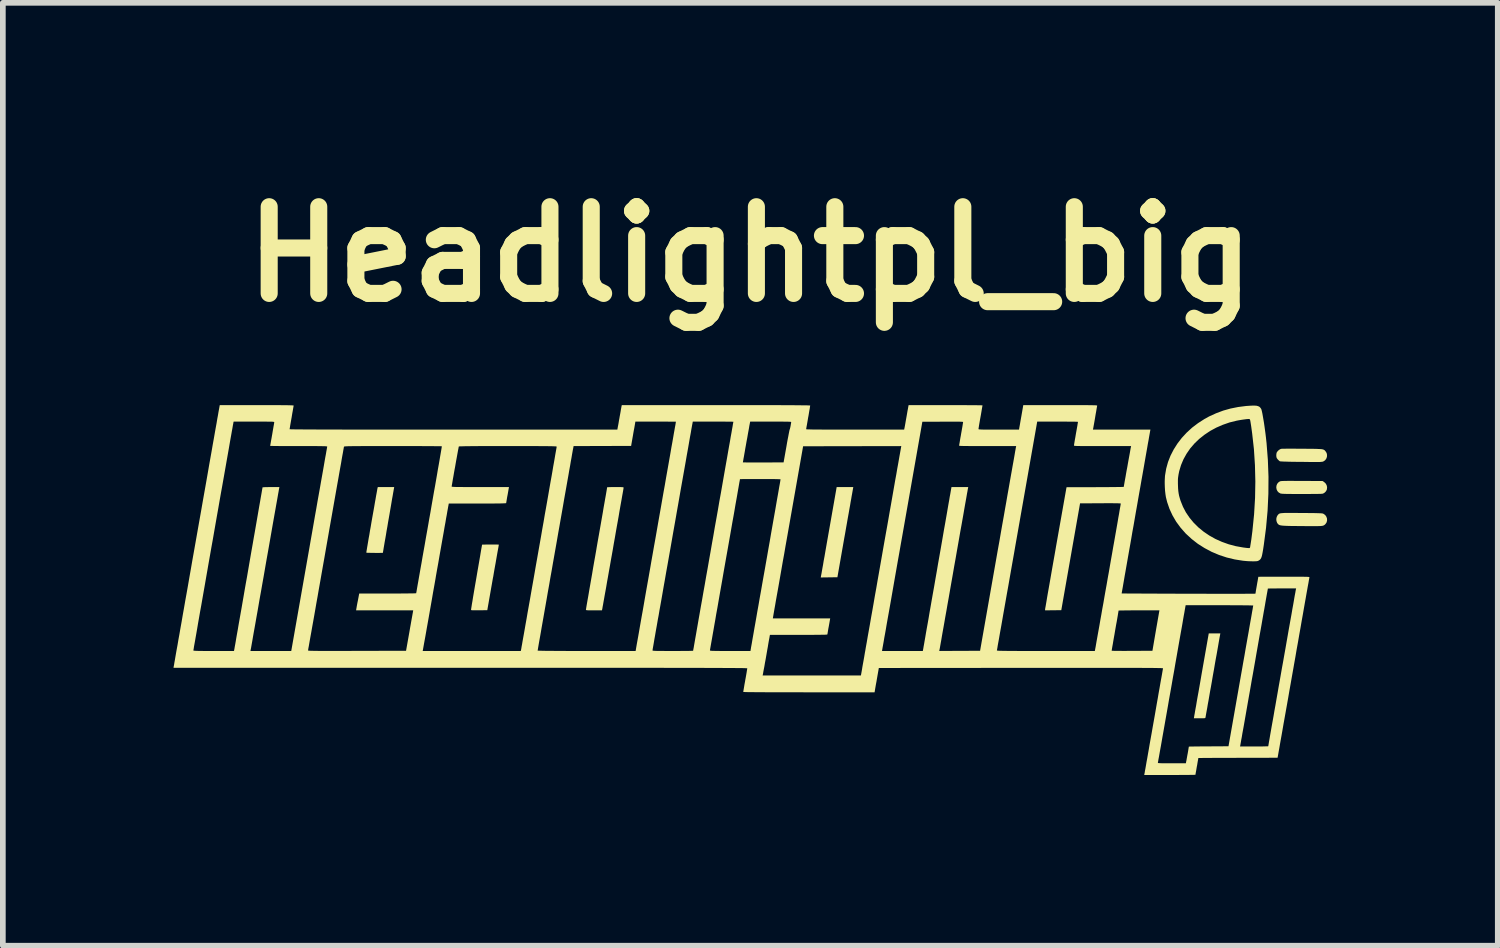
<source format=kicad_pcb>
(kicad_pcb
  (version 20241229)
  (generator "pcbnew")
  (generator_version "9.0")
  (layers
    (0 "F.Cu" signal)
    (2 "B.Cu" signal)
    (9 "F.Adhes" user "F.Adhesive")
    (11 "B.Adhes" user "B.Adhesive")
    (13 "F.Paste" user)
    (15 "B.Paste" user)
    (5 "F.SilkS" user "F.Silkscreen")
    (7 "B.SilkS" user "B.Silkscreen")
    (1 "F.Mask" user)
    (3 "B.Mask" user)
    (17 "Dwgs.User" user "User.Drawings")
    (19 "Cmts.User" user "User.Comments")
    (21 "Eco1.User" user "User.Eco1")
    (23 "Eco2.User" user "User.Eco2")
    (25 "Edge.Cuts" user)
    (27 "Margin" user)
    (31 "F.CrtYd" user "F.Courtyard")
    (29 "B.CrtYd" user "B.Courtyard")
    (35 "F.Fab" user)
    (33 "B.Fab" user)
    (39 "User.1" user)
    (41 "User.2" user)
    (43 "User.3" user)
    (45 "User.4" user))
  (footprint "Headlightpl_big"
    (layer "F.Cu")
    (at 10.136 7.318)
    (property "Reference" "Headlightpl_big" (at 0 -5.9 0) (layer "F.SilkS") (effects (font (size 1.524 1.524) (thickness 0.3))))
    (attr board_only exclude_from_pos_files exclude_from_bom)
    (fp_poly (pts (xy 1.793 -1.699) (xy 1.789 -1.678) (xy 1.783 -1.645) (xy 1.776 -1.602) (xy 1.766 -1.549) (xy 1.756 -1.487) (xy 1.743 -1.417) (xy 1.73 -1.341) (xy 1.715 -1.259) (xy 1.7 -1.172) (xy 1.684 -1.082) (xy 1.668 -0.989) (xy 1.653 -0.907) (xy 1.533 -0.222) (xy 1.386 -0.22) (xy 1.24 -0.218) (xy 1.243 -0.233) (xy 1.244 -0.241) (xy 1.248 -0.261) (xy 1.254 -0.292) (xy 1.261 -0.333) (xy 1.27 -0.384) (xy 1.281 -0.444) (xy 1.292 -0.512) (xy 1.306 -0.586) (xy 1.32 -0.668) (xy 1.335 -0.754) (xy 1.351 -0.846) (xy 1.368 -0.942) (xy 1.383 -1.027) (xy 1.52 -1.807) (xy 1.812 -1.807)) (stroke (width 0) (type solid)) (fill yes) (layer "F.SilkS"))
    (fp_poly (pts (xy 9.514 -1.916) (xy 9.573 -1.915) (xy 9.643 -1.915) (xy 9.696 -1.915) (xy 10.061 -1.913) (xy 10.087 -1.896) (xy 10.114 -1.871) (xy 10.132 -1.84) (xy 10.14 -1.805) (xy 10.137 -1.77) (xy 10.132 -1.754) (xy 10.116 -1.728) (xy 10.093 -1.706) (xy 10.068 -1.692) (xy 10.057 -1.69) (xy 10.032 -1.688) (xy 9.995 -1.687) (xy 9.946 -1.686) (xy 9.883 -1.686) (xy 9.808 -1.685) (xy 9.721 -1.685) (xy 9.698 -1.685) (xy 9.619 -1.685) (xy 9.551 -1.685) (xy 9.495 -1.686) (xy 9.448 -1.686) (xy 9.41 -1.687) (xy 9.38 -1.688) (xy 9.357 -1.689) (xy 9.34 -1.691) (xy 9.329 -1.692) (xy 9.321 -1.694) (xy 9.29 -1.711) (xy 9.267 -1.736) (xy 9.253 -1.765) (xy 9.247 -1.798) (xy 9.25 -1.83) (xy 9.261 -1.861) (xy 9.282 -1.887) (xy 9.305 -1.904) (xy 9.311 -1.906) (xy 9.317 -1.909) (xy 9.325 -1.911) (xy 9.336 -1.912) (xy 9.35 -1.914) (xy 9.369 -1.914) (xy 9.394 -1.915) (xy 9.426 -1.915) (xy 9.465 -1.916)) (stroke (width 0) (type solid)) (fill yes) (layer "F.SilkS"))
    (fp_poly (pts (xy 8.26 0.783) (xy 8.259 0.791) (xy 8.255 0.812) (xy 8.249 0.843) (xy 8.242 0.885) (xy 8.233 0.936) (xy 8.223 0.995) (xy 8.211 1.063) (xy 8.198 1.137) (xy 8.183 1.217) (xy 8.168 1.302) (xy 8.153 1.392) (xy 8.136 1.486) (xy 8.131 1.514) (xy 8.115 1.609) (xy 8.099 1.7) (xy 8.083 1.786) (xy 8.069 1.868) (xy 8.056 1.944) (xy 8.043 2.013) (xy 8.033 2.074) (xy 8.023 2.128) (xy 8.015 2.172) (xy 8.009 2.206) (xy 8.005 2.23) (xy 8.003 2.241) (xy 8.003 2.243) (xy 8.001 2.248) (xy 7.997 2.252) (xy 7.99 2.255) (xy 7.978 2.256) (xy 7.957 2.257) (xy 7.928 2.257) (xy 7.899 2.257) (xy 7.799 2.257) (xy 7.801 2.239) (xy 7.803 2.231) (xy 7.806 2.21) (xy 7.812 2.179) (xy 7.819 2.137) (xy 7.828 2.086) (xy 7.839 2.027) (xy 7.85 1.959) (xy 7.863 1.885) (xy 7.878 1.804) (xy 7.893 1.719) (xy 7.909 1.628) (xy 7.925 1.534) (xy 7.932 1.493) (xy 8.06 0.765) (xy 8.162 0.765) (xy 8.264 0.765)) (stroke (width 0) (type solid)) (fill yes) (layer "F.SilkS"))
    (fp_poly (pts (xy -4.524 -0.797) (xy -4.486 -0.797) (xy -4.455 -0.797) (xy -4.433 -0.796) (xy -4.42 -0.796) (xy -4.418 -0.796) (xy -4.419 -0.789) (xy -4.422 -0.771) (xy -4.427 -0.742) (xy -4.434 -0.703) (xy -4.443 -0.655) (xy -4.453 -0.598) (xy -4.464 -0.535) (xy -4.476 -0.465) (xy -4.49 -0.389) (xy -4.504 -0.309) (xy -4.518 -0.225) (xy -4.52 -0.219) (xy -4.621 0.357) (xy -4.764 0.359) (xy -4.81 0.359) (xy -4.845 0.359) (xy -4.87 0.359) (xy -4.887 0.358) (xy -4.898 0.357) (xy -4.904 0.355) (xy -4.906 0.352) (xy -4.906 0.347) (xy -4.906 0.346) (xy -4.905 0.338) (xy -4.902 0.318) (xy -4.897 0.287) (xy -4.891 0.247) (xy -4.882 0.197) (xy -4.873 0.139) (xy -4.862 0.074) (xy -4.85 0.003) (xy -4.837 -0.073) (xy -4.823 -0.153) (xy -4.81 -0.229) (xy -4.796 -0.312) (xy -4.782 -0.392) (xy -4.769 -0.467) (xy -4.757 -0.536) (xy -4.746 -0.6) (xy -4.737 -0.655) (xy -4.729 -0.703) (xy -4.722 -0.742) (xy -4.717 -0.77) (xy -4.714 -0.788) (xy -4.713 -0.794) (xy -4.707 -0.795) (xy -4.69 -0.796) (xy -4.664 -0.796) (xy -4.63 -0.797) (xy -4.59 -0.797) (xy -4.566 -0.797)) (stroke (width 0) (type solid)) (fill yes) (layer "F.SilkS"))
    (fp_poly (pts (xy -6.26 -1.792) (xy -6.261 -1.785) (xy -6.265 -1.765) (xy -6.27 -1.735) (xy -6.277 -1.696) (xy -6.285 -1.649) (xy -6.295 -1.595) (xy -6.305 -1.534) (xy -6.316 -1.469) (xy -6.328 -1.4) (xy -6.34 -1.329) (xy -6.353 -1.255) (xy -6.366 -1.182) (xy -6.378 -1.108) (xy -6.391 -1.037) (xy -6.402 -0.968) (xy -6.413 -0.904) (xy -6.424 -0.844) (xy -6.433 -0.79) (xy -6.441 -0.744) (xy -6.447 -0.706) (xy -6.452 -0.677) (xy -6.455 -0.659) (xy -6.456 -0.652) (xy -6.462 -0.651) (xy -6.479 -0.65) (xy -6.504 -0.65) (xy -6.535 -0.649) (xy -6.571 -0.649) (xy -6.608 -0.65) (xy -6.645 -0.65) (xy -6.679 -0.651) (xy -6.709 -0.651) (xy -6.731 -0.652) (xy -6.745 -0.654) (xy -6.747 -0.654) (xy -6.747 -0.661) (xy -6.744 -0.679) (xy -6.739 -0.708) (xy -6.733 -0.746) (xy -6.725 -0.792) (xy -6.716 -0.846) (xy -6.706 -0.906) (xy -6.694 -0.97) (xy -6.683 -1.039) (xy -6.67 -1.11) (xy -6.658 -1.183) (xy -6.645 -1.257) (xy -6.632 -1.33) (xy -6.619 -1.402) (xy -6.607 -1.471) (xy -6.596 -1.536) (xy -6.585 -1.596) (xy -6.576 -1.65) (xy -6.567 -1.697) (xy -6.56 -1.736) (xy -6.555 -1.766) (xy -6.551 -1.786) (xy -6.549 -1.792) (xy -6.546 -1.807) (xy -6.257 -1.807)) (stroke (width 0) (type solid)) (fill yes) (layer "F.SilkS"))
    (fp_poly (pts (xy 9.535 -1.352) (xy 9.602 -1.352) (xy 9.68 -1.351) (xy 9.691 -1.351) (xy 9.769 -1.351) (xy 9.835 -1.35) (xy 9.89 -1.35) (xy 9.936 -1.349) (xy 9.973 -1.348) (xy 10.003 -1.347) (xy 10.026 -1.346) (xy 10.043 -1.345) (xy 10.056 -1.343) (xy 10.065 -1.342) (xy 10.072 -1.339) (xy 10.076 -1.337) (xy 10.106 -1.316) (xy 10.126 -1.288) (xy 10.138 -1.256) (xy 10.14 -1.222) (xy 10.132 -1.188) (xy 10.113 -1.159) (xy 10.104 -1.15) (xy 10.095 -1.142) (xy 10.086 -1.136) (xy 10.076 -1.131) (xy 10.063 -1.127) (xy 10.045 -1.124) (xy 10.022 -1.122) (xy 9.993 -1.121) (xy 9.956 -1.12) (xy 9.909 -1.12) (xy 9.852 -1.12) (xy 9.795 -1.12) (xy 9.734 -1.121) (xy 9.672 -1.121) (xy 9.611 -1.122) (xy 9.554 -1.123) (xy 9.504 -1.123) (xy 9.461 -1.124) (xy 9.433 -1.125) (xy 9.386 -1.127) (xy 9.349 -1.13) (xy 9.322 -1.134) (xy 9.301 -1.14) (xy 9.286 -1.149) (xy 9.274 -1.161) (xy 9.263 -1.177) (xy 9.261 -1.18) (xy 9.25 -1.211) (xy 9.247 -1.246) (xy 9.254 -1.28) (xy 9.268 -1.308) (xy 9.275 -1.317) (xy 9.282 -1.325) (xy 9.289 -1.332) (xy 9.297 -1.338) (xy 9.307 -1.342) (xy 9.321 -1.346) (xy 9.34 -1.348) (xy 9.363 -1.35) (xy 9.394 -1.352) (xy 9.432 -1.352) (xy 9.478 -1.352)) (stroke (width 0) (type solid)) (fill yes) (layer "F.SilkS"))
    (fp_poly (pts (xy 9.548 -2.482) (xy 9.609 -2.481) (xy 9.674 -2.481) (xy 9.706 -2.481) (xy 9.785 -2.48) (xy 9.851 -2.479) (xy 9.906 -2.479) (xy 9.952 -2.478) (xy 9.99 -2.476) (xy 10.02 -2.475) (xy 10.043 -2.473) (xy 10.061 -2.47) (xy 10.075 -2.466) (xy 10.085 -2.461) (xy 10.094 -2.456) (xy 10.101 -2.449) (xy 10.108 -2.441) (xy 10.114 -2.434) (xy 10.132 -2.405) (xy 10.139 -2.372) (xy 10.137 -2.337) (xy 10.125 -2.305) (xy 10.105 -2.278) (xy 10.079 -2.26) (xy 10.072 -2.257) (xy 10.065 -2.254) (xy 10.057 -2.252) (xy 10.046 -2.251) (xy 10.031 -2.249) (xy 10.013 -2.248) (xy 9.989 -2.248) (xy 9.958 -2.247) (xy 9.92 -2.247) (xy 9.874 -2.247) (xy 9.819 -2.248) (xy 9.753 -2.249) (xy 9.676 -2.25) (xy 9.626 -2.25) (xy 9.547 -2.251) (xy 9.479 -2.252) (xy 9.424 -2.254) (xy 9.38 -2.255) (xy 9.346 -2.257) (xy 9.324 -2.258) (xy 9.311 -2.26) (xy 9.308 -2.261) (xy 9.291 -2.275) (xy 9.272 -2.294) (xy 9.257 -2.314) (xy 9.254 -2.319) (xy 9.249 -2.339) (xy 9.247 -2.364) (xy 9.249 -2.391) (xy 9.254 -2.413) (xy 9.256 -2.417) (xy 9.273 -2.44) (xy 9.296 -2.461) (xy 9.321 -2.475) (xy 9.335 -2.48) (xy 9.346 -2.48) (xy 9.368 -2.481) (xy 9.401 -2.481) (xy 9.442 -2.482) (xy 9.492 -2.482)) (stroke (width 0) (type solid)) (fill yes) (layer "F.SilkS"))
    (fp_poly (pts (xy -2.323 -1.807) (xy -2.287 -1.807) (xy -2.261 -1.806) (xy -2.243 -1.805) (xy -2.233 -1.803) (xy -2.227 -1.801) (xy -2.225 -1.798) (xy -2.225 -1.796) (xy -2.226 -1.789) (xy -2.229 -1.77) (xy -2.234 -1.74) (xy -2.241 -1.7) (xy -2.25 -1.651) (xy -2.26 -1.592) (xy -2.272 -1.526) (xy -2.285 -1.453) (xy -2.299 -1.373) (xy -2.313 -1.288) (xy -2.329 -1.198) (xy -2.346 -1.105) (xy -2.363 -1.008) (xy -2.38 -0.909) (xy -2.398 -0.809) (xy -2.415 -0.708) (xy -2.433 -0.607) (xy -2.451 -0.507) (xy -2.468 -0.409) (xy -2.485 -0.314) (xy -2.501 -0.222) (xy -2.517 -0.134) (xy -2.531 -0.05) (xy -2.545 0.027) (xy -2.558 0.098) (xy -2.569 0.161) (xy -2.579 0.216) (xy -2.587 0.263) (xy -2.594 0.299) (xy -2.598 0.325) (xy -2.601 0.34) (xy -2.602 0.342) (xy -2.605 0.36) (xy -2.746 0.36) (xy -2.792 0.36) (xy -2.827 0.36) (xy -2.852 0.359) (xy -2.869 0.358) (xy -2.88 0.356) (xy -2.885 0.354) (xy -2.887 0.351) (xy -2.887 0.349) (xy -2.886 0.341) (xy -2.883 0.322) (xy -2.878 0.291) (xy -2.871 0.25) (xy -2.862 0.198) (xy -2.851 0.137) (xy -2.839 0.068) (xy -2.826 -0.01) (xy -2.811 -0.095) (xy -2.795 -0.187) (xy -2.778 -0.284) (xy -2.761 -0.387) (xy -2.742 -0.495) (xy -2.722 -0.607) (xy -2.702 -0.722) (xy -2.701 -0.73) (xy -2.681 -0.846) (xy -2.661 -0.958) (xy -2.642 -1.066) (xy -2.624 -1.169) (xy -2.607 -1.266) (xy -2.591 -1.358) (xy -2.577 -1.443) (xy -2.563 -1.521) (xy -2.551 -1.59) (xy -2.54 -1.651) (xy -2.531 -1.703) (xy -2.524 -1.744) (xy -2.519 -1.775) (xy -2.516 -1.795) (xy -2.514 -1.803) (xy -2.514 -1.803) (xy -2.508 -1.804) (xy -2.491 -1.805) (xy -2.465 -1.806) (xy -2.431 -1.807) (xy -2.391 -1.807) (xy -2.37 -1.807)) (stroke (width 0) (type solid)) (fill yes) (layer "F.SilkS"))
    (fp_poly (pts (xy 8.897 -3.237) (xy 8.928 -3.229) (xy 8.952 -3.217) (xy 8.97 -3.198) (xy 8.983 -3.178) (xy 8.988 -3.162) (xy 8.995 -3.134) (xy 9.003 -3.097) (xy 9.011 -3.051) (xy 9.02 -2.999) (xy 9.03 -2.94) (xy 9.039 -2.878) (xy 9.048 -2.813) (xy 9.057 -2.746) (xy 9.065 -2.68) (xy 9.072 -2.615) (xy 9.076 -2.579) (xy 9.099 -2.284) (xy 9.11 -1.987) (xy 9.108 -1.689) (xy 9.094 -1.39) (xy 9.067 -1.091) (xy 9.028 -0.793) (xy 9.015 -0.707) (xy 9.006 -0.656) (xy 8.998 -0.615) (xy 8.99 -0.584) (xy 8.981 -0.56) (xy 8.971 -0.543) (xy 8.959 -0.53) (xy 8.945 -0.519) (xy 8.942 -0.518) (xy 8.93 -0.511) (xy 8.919 -0.507) (xy 8.906 -0.504) (xy 8.887 -0.503) (xy 8.862 -0.502) (xy 8.826 -0.502) (xy 8.825 -0.502) (xy 8.784 -0.503) (xy 8.738 -0.505) (xy 8.695 -0.509) (xy 8.662 -0.512) (xy 8.517 -0.535) (xy 8.376 -0.569) (xy 8.24 -0.614) (xy 8.11 -0.669) (xy 7.986 -0.735) (xy 7.869 -0.809) (xy 7.761 -0.893) (xy 7.661 -0.985) (xy 7.652 -0.994) (xy 7.564 -1.094) (xy 7.487 -1.199) (xy 7.423 -1.309) (xy 7.37 -1.423) (xy 7.329 -1.542) (xy 7.307 -1.63) (xy 7.299 -1.681) (xy 7.292 -1.741) (xy 7.288 -1.806) (xy 7.286 -1.872) (xy 7.286 -1.906) (xy 7.518 -1.906) (xy 7.518 -1.866) (xy 7.519 -1.839) (xy 7.521 -1.783) (xy 7.525 -1.736) (xy 7.531 -1.694) (xy 7.539 -1.653) (xy 7.551 -1.61) (xy 7.565 -1.565) (xy 7.607 -1.46) (xy 7.659 -1.361) (xy 7.723 -1.267) (xy 7.796 -1.179) (xy 7.879 -1.097) (xy 7.971 -1.022) (xy 8.07 -0.955) (xy 8.177 -0.895) (xy 8.291 -0.844) (xy 8.411 -0.801) (xy 8.536 -0.768) (xy 8.665 -0.745) (xy 8.726 -0.737) (xy 8.753 -0.735) (xy 8.77 -0.734) (xy 8.779 -0.736) (xy 8.784 -0.742) (xy 8.787 -0.75) (xy 8.787 -0.751) (xy 8.79 -0.771) (xy 8.795 -0.802) (xy 8.801 -0.84) (xy 8.808 -0.884) (xy 8.814 -0.931) (xy 8.82 -0.979) (xy 8.826 -1.024) (xy 8.828 -1.042) (xy 8.857 -1.33) (xy 8.874 -1.618) (xy 8.879 -1.905) (xy 8.872 -2.19) (xy 8.854 -2.472) (xy 8.823 -2.75) (xy 8.806 -2.874) (xy 8.799 -2.918) (xy 8.794 -2.95) (xy 8.79 -2.973) (xy 8.786 -2.988) (xy 8.782 -2.997) (xy 8.776 -3.002) (xy 8.769 -3.003) (xy 8.76 -3.003) (xy 8.756 -3.003) (xy 8.734 -3.002) (xy 8.702 -2.998) (xy 8.664 -2.993) (xy 8.624 -2.987) (xy 8.584 -2.98) (xy 8.552 -2.974) (xy 8.426 -2.943) (xy 8.306 -2.901) (xy 8.191 -2.851) (xy 8.084 -2.793) (xy 7.984 -2.726) (xy 7.892 -2.653) (xy 7.808 -2.572) (xy 7.734 -2.486) (xy 7.67 -2.393) (xy 7.616 -2.296) (xy 7.573 -2.194) (xy 7.541 -2.088) (xy 7.529 -2.029) (xy 7.524 -1.996) (xy 7.52 -1.968) (xy 7.518 -1.938) (xy 7.518 -1.906) (xy 7.286 -1.906) (xy 7.287 -1.936) (xy 7.29 -1.994) (xy 7.292 -2.013) (xy 7.312 -2.131) (xy 7.344 -2.247) (xy 7.388 -2.359) (xy 7.444 -2.468) (xy 7.51 -2.572) (xy 7.586 -2.671) (xy 7.672 -2.764) (xy 7.767 -2.851) (xy 7.871 -2.93) (xy 7.983 -3.002) (xy 8.066 -3.048) (xy 8.189 -3.104) (xy 8.314 -3.151) (xy 8.442 -3.187) (xy 8.576 -3.214) (xy 8.717 -3.232) (xy 8.806 -3.238) (xy 8.857 -3.239)) (stroke (width 0) (type solid)) (fill yes) (layer "F.SilkS"))
    (fp_poly (pts (xy -8.559 -3.247) (xy -8.456 -3.247) (xy -8.366 -3.247) (xy -8.287 -3.247) (xy -8.219 -3.246) (xy -8.162 -3.246) (xy -8.116 -3.245) (xy -8.079 -3.244) (xy -8.053 -3.243) (xy -8.035 -3.242) (xy -8.026 -3.241) (xy -8.025 -3.24) (xy -8.026 -3.232) (xy -8.029 -3.213) (xy -8.034 -3.185) (xy -8.04 -3.149) (xy -8.048 -3.106) (xy -8.056 -3.058) (xy -8.06 -3.032) (xy -8.069 -2.983) (xy -8.077 -2.937) (xy -8.084 -2.897) (xy -8.089 -2.865) (xy -8.093 -2.84) (xy -8.096 -2.826) (xy -8.096 -2.824) (xy -8.093 -2.823) (xy -8.082 -2.823) (xy -8.065 -2.822) (xy -8.041 -2.822) (xy -8.009 -2.821) (xy -7.97 -2.821) (xy -7.922 -2.82) (xy -7.867 -2.82) (xy -7.802 -2.819) (xy -7.729 -2.819) (xy -7.647 -2.819) (xy -7.556 -2.818) (xy -7.456 -2.818) (xy -7.345 -2.818) (xy -7.225 -2.818) (xy -7.095 -2.817) (xy -6.954 -2.817) (xy -6.802 -2.817) (xy -6.64 -2.817) (xy -6.466 -2.817) (xy -6.281 -2.817) (xy -6.084 -2.817) (xy -5.876 -2.817) (xy -5.655 -2.817) (xy -5.421 -2.817) (xy -5.216 -2.817) (xy -2.335 -2.817) (xy -2.332 -2.834) (xy -2.33 -2.845) (xy -2.326 -2.867) (xy -2.32 -2.897) (xy -2.313 -2.935) (xy -2.306 -2.979) (xy -2.297 -3.026) (xy -2.296 -3.035) (xy -2.287 -3.083) (xy -2.279 -3.127) (xy -2.273 -3.165) (xy -2.267 -3.197) (xy -2.263 -3.22) (xy -2.26 -3.232) (xy -2.26 -3.233) (xy -2.257 -3.247) (xy -0.601 -3.247) (xy -0.423 -3.247) (xy -0.258 -3.247) (xy -0.105 -3.247) (xy 0.036 -3.247) (xy 0.167 -3.247) (xy 0.286 -3.247) (xy 0.395 -3.247) (xy 0.494 -3.247) (xy 0.583 -3.246) (xy 0.664 -3.246) (xy 0.735 -3.246) (xy 0.798 -3.245) (xy 0.853 -3.245) (xy 0.9 -3.244) (xy 0.94 -3.244) (xy 0.974 -3.243) (xy 1.001 -3.243) (xy 1.022 -3.242) (xy 1.037 -3.241) (xy 1.048 -3.241) (xy 1.053 -3.24) (xy 1.055 -3.239) (xy 1.053 -3.231) (xy 1.05 -3.212) (xy 1.046 -3.183) (xy 1.039 -3.147) (xy 1.032 -3.104) (xy 1.024 -3.056) (xy 1.019 -3.032) (xy 1.011 -2.983) (xy 1.003 -2.937) (xy 0.996 -2.897) (xy 0.99 -2.865) (xy 0.986 -2.841) (xy 0.984 -2.827) (xy 0.984 -2.825) (xy 0.986 -2.823) (xy 0.994 -2.822) (xy 1.006 -2.821) (xy 1.025 -2.82) (xy 1.051 -2.82) (xy 1.084 -2.819) (xy 1.124 -2.818) (xy 1.173 -2.818) (xy 1.231 -2.818) (xy 1.298 -2.817) (xy 1.375 -2.817) (xy 1.462 -2.817) (xy 1.561 -2.817) (xy 1.671 -2.817) (xy 1.793 -2.817) (xy 1.845 -2.817) (xy 2.706 -2.817) (xy 2.713 -2.85) (xy 2.716 -2.866) (xy 2.721 -2.892) (xy 2.727 -2.926) (xy 2.734 -2.967) (xy 2.742 -3.012) (xy 2.749 -3.051) (xy 2.757 -3.097) (xy 2.764 -3.139) (xy 2.771 -3.175) (xy 2.776 -3.204) (xy 2.78 -3.224) (xy 2.781 -3.233) (xy 2.785 -3.247) (xy 3.434 -3.247) (xy 3.524 -3.247) (xy 3.611 -3.247) (xy 3.693 -3.247) (xy 3.769 -3.247) (xy 3.839 -3.246) (xy 3.902 -3.246) (xy 3.957 -3.246) (xy 4.003 -3.245) (xy 4.04 -3.245) (xy 4.066 -3.244) (xy 4.08 -3.244) (xy 4.083 -3.243) (xy 4.082 -3.236) (xy 4.079 -3.218) (xy 4.074 -3.19) (xy 4.068 -3.154) (xy 4.061 -3.112) (xy 4.053 -3.065) (xy 4.048 -3.038) (xy 4.039 -2.988) (xy 4.031 -2.943) (xy 4.024 -2.902) (xy 4.019 -2.869) (xy 4.015 -2.844) (xy 4.013 -2.83) (xy 4.013 -2.827) (xy 4.013 -2.825) (xy 4.017 -2.823) (xy 4.024 -2.821) (xy 4.035 -2.82) (xy 4.052 -2.819) (xy 4.075 -2.818) (xy 4.106 -2.817) (xy 4.145 -2.817) (xy 4.193 -2.817) (xy 4.252 -2.817) (xy 4.322 -2.817) (xy 4.369 -2.817) (xy 4.725 -2.817) (xy 4.731 -2.853) (xy 4.734 -2.87) (xy 4.739 -2.896) (xy 4.745 -2.932) (xy 4.752 -2.973) (xy 4.76 -3.019) (xy 4.769 -3.068) (xy 4.769 -3.069) (xy 4.8 -3.247) (xy 5.451 -3.247) (xy 5.557 -3.247) (xy 5.65 -3.247) (xy 5.733 -3.247) (xy 5.804 -3.247) (xy 5.866 -3.247) (xy 5.919 -3.247) (xy 5.963 -3.246) (xy 5.999 -3.246) (xy 6.028 -3.245) (xy 6.051 -3.245) (xy 6.069 -3.244) (xy 6.082 -3.243) (xy 6.09 -3.242) (xy 6.095 -3.24) (xy 6.098 -3.239) (xy 6.099 -3.237) (xy 6.099 -3.236) (xy 6.097 -3.227) (xy 6.093 -3.207) (xy 6.088 -3.178) (xy 6.082 -3.141) (xy 6.074 -3.098) (xy 6.066 -3.051) (xy 6.064 -3.038) (xy 6.056 -2.99) (xy 6.048 -2.945) (xy 6.041 -2.906) (xy 6.035 -2.873) (xy 6.031 -2.849) (xy 6.028 -2.836) (xy 6.028 -2.834) (xy 6.024 -2.817) (xy 7.035 -2.817) (xy 7.031 -2.799) (xy 7.029 -2.787) (xy 7.025 -2.764) (xy 7.019 -2.73) (xy 7.011 -2.686) (xy 7.002 -2.632) (xy 6.99 -2.569) (xy 6.978 -2.498) (xy 6.964 -2.419) (xy 6.949 -2.334) (xy 6.933 -2.242) (xy 6.916 -2.144) (xy 6.898 -2.042) (xy 6.879 -1.936) (xy 6.86 -1.826) (xy 6.84 -1.714) (xy 6.82 -1.6) (xy 6.8 -1.484) (xy 6.779 -1.367) (xy 6.759 -1.251) (xy 6.739 -1.135) (xy 6.718 -1.021) (xy 6.699 -0.908) (xy 6.68 -0.799) (xy 6.661 -0.693) (xy 6.643 -0.591) (xy 6.626 -0.493) (xy 6.61 -0.402) (xy 6.595 -0.316) (xy 6.581 -0.238) (xy 6.569 -0.167) (xy 6.558 -0.104) (xy 6.549 -0.05) (xy 6.541 -0.006) (xy 6.535 0.027) (xy 6.531 0.05) (xy 6.529 0.061) (xy 6.529 0.062) (xy 6.536 0.063) (xy 6.555 0.063) (xy 6.585 0.063) (xy 6.625 0.064) (xy 6.675 0.064) (xy 6.734 0.065) (xy 6.802 0.065) (xy 6.877 0.065) (xy 6.958 0.066) (xy 7.045 0.066) (xy 7.138 0.066) (xy 7.234 0.067) (xy 7.334 0.067) (xy 7.437 0.067) (xy 7.542 0.068) (xy 7.648 0.068) (xy 7.755 0.068) (xy 7.861 0.068) (xy 7.966 0.068) (xy 8.069 0.069) (xy 8.169 0.069) (xy 8.266 0.069) (xy 8.359 0.069) (xy 8.446 0.069) (xy 8.528 0.069) (xy 8.603 0.069) (xy 8.671 0.069) (xy 8.731 0.068) (xy 8.782 0.068) (xy 8.823 0.068) (xy 8.853 0.068) (xy 8.873 0.067) (xy 8.88 0.067) (xy 8.88 0.067) (xy 8.882 0.059) (xy 8.885 0.041) (xy 8.889 0.013) (xy 8.895 -0.021) (xy 8.902 -0.061) (xy 8.906 -0.083) (xy 8.913 -0.125) (xy 8.92 -0.162) (xy 8.925 -0.192) (xy 8.929 -0.215) (xy 8.931 -0.228) (xy 8.932 -0.23) (xy 8.938 -0.23) (xy 8.956 -0.23) (xy 8.985 -0.231) (xy 9.024 -0.231) (xy 9.071 -0.231) (xy 9.126 -0.231) (xy 9.188 -0.231) (xy 9.256 -0.231) (xy 9.328 -0.231) (xy 9.382 -0.231) (xy 9.469 -0.231) (xy 9.545 -0.231) (xy 9.609 -0.231) (xy 9.662 -0.231) (xy 9.707 -0.231) (xy 9.743 -0.23) (xy 9.771 -0.23) (xy 9.792 -0.229) (xy 9.808 -0.228) (xy 9.819 -0.227) (xy 9.825 -0.225) (xy 9.829 -0.224) (xy 9.83 -0.222) (xy 9.83 -0.22) (xy 9.828 -0.213) (xy 9.825 -0.194) (xy 9.819 -0.163) (xy 9.812 -0.121) (xy 9.802 -0.068) (xy 9.791 -0.006) (xy 9.778 0.066) (xy 9.764 0.147) (xy 9.748 0.236) (xy 9.731 0.333) (xy 9.713 0.437) (xy 9.693 0.548) (xy 9.673 0.665) (xy 9.651 0.787) (xy 9.629 0.915) (xy 9.605 1.047) (xy 9.582 1.183) (xy 9.557 1.323) (xy 9.549 1.37) (xy 9.524 1.51) (xy 9.5 1.647) (xy 9.476 1.781) (xy 9.454 1.91) (xy 9.432 2.034) (xy 9.411 2.152) (xy 9.391 2.264) (xy 9.372 2.37) (xy 9.355 2.469) (xy 9.339 2.56) (xy 9.324 2.643) (xy 9.311 2.717) (xy 9.3 2.782) (xy 9.29 2.837) (xy 9.282 2.882) (xy 9.276 2.916) (xy 9.272 2.939) (xy 9.27 2.949) (xy 9.269 2.95) (xy 9.263 2.95) (xy 9.244 2.951) (xy 9.215 2.951) (xy 9.175 2.951) (xy 9.125 2.951) (xy 9.066 2.952) (xy 9 2.952) (xy 8.927 2.952) (xy 8.847 2.952) (xy 8.763 2.952) (xy 8.673 2.952) (xy 8.58 2.952) (xy 8.572 2.952) (xy 8.479 2.953) (xy 8.389 2.953) (xy 8.304 2.953) (xy 8.224 2.953) (xy 8.151 2.953) (xy 8.084 2.954) (xy 8.025 2.954) (xy 7.975 2.954) (xy 7.934 2.955) (xy 7.904 2.955) (xy 7.885 2.955) (xy 7.877 2.956) (xy 7.877 2.956) (xy 7.876 2.962) (xy 7.873 2.98) (xy 7.868 3.007) (xy 7.862 3.041) (xy 7.856 3.08) (xy 7.851 3.103) (xy 7.844 3.144) (xy 7.838 3.181) (xy 7.832 3.212) (xy 7.828 3.235) (xy 7.826 3.248) (xy 7.826 3.25) (xy 7.82 3.251) (xy 7.801 3.251) (xy 7.773 3.252) (xy 7.734 3.252) (xy 7.686 3.253) (xy 7.631 3.253) (xy 7.569 3.253) (xy 7.502 3.254) (xy 7.43 3.254) (xy 7.376 3.254) (xy 6.925 3.254) (xy 6.929 3.239) (xy 6.93 3.231) (xy 6.934 3.212) (xy 6.939 3.18) (xy 6.947 3.139) (xy 6.956 3.087) (xy 6.964 3.04) (xy 7.166 3.04) (xy 7.168 3.042) (xy 7.173 3.044) (xy 7.183 3.045) (xy 7.199 3.046) (xy 7.221 3.047) (xy 7.252 3.048) (xy 7.292 3.048) (xy 7.342 3.048) (xy 7.404 3.048) (xy 7.658 3.048) (xy 7.664 3.014) (xy 7.668 2.997) (xy 7.672 2.972) (xy 7.678 2.94) (xy 7.684 2.906) (xy 7.691 2.87) (xy 7.697 2.835) (xy 7.702 2.804) (xy 7.706 2.779) (xy 7.709 2.762) (xy 7.71 2.756) (xy 7.716 2.755) (xy 7.734 2.754) (xy 7.763 2.754) (xy 7.8 2.753) (xy 7.846 2.752) (xy 7.863 2.752) (xy 8.61 2.752) (xy 8.858 2.752) (xy 8.913 2.752) (xy 8.964 2.752) (xy 9.009 2.752) (xy 9.047 2.751) (xy 9.076 2.75) (xy 9.096 2.75) (xy 9.105 2.749) (xy 9.105 2.749) (xy 9.107 2.742) (xy 9.11 2.724) (xy 9.115 2.694) (xy 9.122 2.653) (xy 9.131 2.603) (xy 9.141 2.543) (xy 9.153 2.475) (xy 9.166 2.4) (xy 9.181 2.317) (xy 9.197 2.228) (xy 9.213 2.133) (xy 9.231 2.034) (xy 9.249 1.93) (xy 9.268 1.822) (xy 9.287 1.712) (xy 9.307 1.6) (xy 9.327 1.486) (xy 9.347 1.372) (xy 9.368 1.257) (xy 9.388 1.143) (xy 9.408 1.031) (xy 9.427 0.921) (xy 9.446 0.813) (xy 9.464 0.709) (xy 9.482 0.609) (xy 9.499 0.514) (xy 9.515 0.425) (xy 9.529 0.342) (xy 9.543 0.266) (xy 9.555 0.197) (xy 9.565 0.137) (xy 9.574 0.087) (xy 9.582 0.046) (xy 9.587 0.015) (xy 9.591 -0.004) (xy 9.592 -0.011) (xy 9.596 -0.026) (xy 9.347 -0.026) (xy 9.292 -0.026) (xy 9.241 -0.025) (xy 9.196 -0.025) (xy 9.158 -0.025) (xy 9.128 -0.024) (xy 9.108 -0.024) (xy 9.099 -0.024) (xy 9.099 -0.023) (xy 9.098 -0.017) (xy 9.095 0.001) (xy 9.09 0.029) (xy 9.083 0.067) (xy 9.075 0.112) (xy 9.066 0.163) (xy 9.056 0.22) (xy 9.046 0.281) (xy 9.044 0.29) (xy 9.037 0.332) (xy 9.027 0.385) (xy 9.016 0.449) (xy 9.003 0.523) (xy 8.989 0.605) (xy 8.973 0.696) (xy 8.955 0.794) (xy 8.937 0.898) (xy 8.918 1.007) (xy 8.898 1.12) (xy 8.878 1.237) (xy 8.857 1.356) (xy 8.836 1.476) (xy 8.814 1.597) (xy 8.803 1.662) (xy 8.783 1.777) (xy 8.763 1.889) (xy 8.744 1.997) (xy 8.726 2.1) (xy 8.709 2.198) (xy 8.693 2.29) (xy 8.678 2.375) (xy 8.664 2.453) (xy 8.651 2.523) (xy 8.641 2.584) (xy 8.631 2.636) (xy 8.624 2.678) (xy 8.618 2.71) (xy 8.615 2.73) (xy 8.613 2.738) (xy 8.613 2.738) (xy 8.61 2.752) (xy 7.863 2.752) (xy 7.899 2.752) (xy 7.958 2.751) (xy 8.022 2.751) (xy 8.058 2.751) (xy 8.407 2.749) (xy 8.624 1.514) (xy 8.646 1.39) (xy 8.667 1.269) (xy 8.688 1.153) (xy 8.707 1.041) (xy 8.726 0.934) (xy 8.744 0.832) (xy 8.761 0.738) (xy 8.776 0.65) (xy 8.79 0.57) (xy 8.803 0.498) (xy 8.814 0.435) (xy 8.823 0.382) (xy 8.831 0.339) (xy 8.836 0.306) (xy 8.84 0.285) (xy 8.842 0.275) (xy 8.842 0.275) (xy 8.835 0.274) (xy 8.817 0.274) (xy 8.788 0.273) (xy 8.748 0.272) (xy 8.7 0.272) (xy 8.642 0.271) (xy 8.578 0.271) (xy 8.507 0.271) (xy 8.43 0.27) (xy 8.348 0.27) (xy 8.262 0.27) (xy 8.248 0.27) (xy 7.654 0.27) (xy 7.65 0.291) (xy 7.648 0.299) (xy 7.645 0.32) (xy 7.639 0.351) (xy 7.632 0.394) (xy 7.622 0.447) (xy 7.611 0.51) (xy 7.599 0.582) (xy 7.585 0.662) (xy 7.569 0.75) (xy 7.552 0.846) (xy 7.534 0.948) (xy 7.515 1.057) (xy 7.495 1.171) (xy 7.474 1.29) (xy 7.453 1.414) (xy 7.43 1.541) (xy 7.408 1.669) (xy 7.385 1.799) (xy 7.362 1.926) (xy 7.341 2.049) (xy 7.32 2.168) (xy 7.3 2.281) (xy 7.281 2.389) (xy 7.263 2.491) (xy 7.246 2.586) (xy 7.231 2.673) (xy 7.217 2.753) (xy 7.204 2.824) (xy 7.193 2.886) (xy 7.184 2.938) (xy 7.176 2.979) (xy 7.171 3.01) (xy 7.167 3.03) (xy 7.166 3.037) (xy 7.166 3.04) (xy 6.964 3.04) (xy 6.966 3.027) (xy 6.979 2.958) (xy 6.992 2.882) (xy 7.007 2.798) (xy 7.022 2.709) (xy 7.039 2.614) (xy 7.057 2.514) (xy 7.075 2.41) (xy 7.093 2.309) (xy 7.112 2.202) (xy 7.13 2.098) (xy 7.147 1.999) (xy 7.164 1.904) (xy 7.179 1.815) (xy 7.194 1.732) (xy 7.207 1.656) (xy 7.219 1.588) (xy 7.23 1.529) (xy 7.239 1.478) (xy 7.246 1.437) (xy 7.251 1.407) (xy 7.255 1.388) (xy 7.256 1.381) (xy 7.256 1.38) (xy 7.255 1.379) (xy 7.252 1.378) (xy 7.247 1.377) (xy 7.241 1.377) (xy 7.231 1.376) (xy 7.219 1.375) (xy 7.203 1.375) (xy 7.184 1.374) (xy 7.161 1.374) (xy 7.133 1.373) (xy 7.1 1.373) (xy 7.062 1.372) (xy 7.019 1.372) (xy 6.97 1.372) (xy 6.914 1.372) (xy 6.852 1.371) (xy 6.782 1.371) (xy 6.705 1.371) (xy 6.62 1.371) (xy 6.527 1.371) (xy 6.426 1.371) (xy 6.315 1.371) (xy 6.196 1.371) (xy 6.066 1.371) (xy 5.927 1.371) (xy 5.777 1.371) (xy 5.616 1.371) (xy 5.444 1.371) (xy 5.26 1.371) (xy 5.065 1.371) (xy 4.857 1.371) (xy 4.76 1.371) (xy 2.261 1.373) (xy 2.227 1.566) (xy 2.219 1.615) (xy 2.21 1.661) (xy 2.203 1.702) (xy 2.197 1.736) (xy 2.193 1.762) (xy 2.19 1.777) (xy 2.19 1.78) (xy 2.186 1.801) (xy 1.032 1.801) (xy 0.867 1.8) (xy 0.715 1.8) (xy 0.576 1.8) (xy 0.449 1.8) (xy 0.335 1.8) (xy 0.234 1.799) (xy 0.145 1.799) (xy 0.069 1.798) (xy 0.005 1.798) (xy -0.046 1.797) (xy -0.083 1.796) (xy -0.109 1.795) (xy -0.121 1.794) (xy -0.122 1.794) (xy -0.121 1.786) (xy -0.118 1.768) (xy -0.113 1.739) (xy -0.107 1.703) (xy -0.1 1.66) (xy -0.091 1.613) (xy -0.087 1.588) (xy -0.078 1.539) (xy -0.072 1.505) (xy 0.218 1.505) (xy 1.946 1.505) (xy 1.958 1.439) (xy 1.961 1.422) (xy 1.966 1.394) (xy 1.972 1.355) (xy 1.981 1.305) (xy 1.992 1.245) (xy 2.004 1.177) (xy 2.017 1.099) (xy 2.022 1.074) (xy 2.317 1.074) (xy 3.034 1.074) (xy 3.038 1.056) (xy 3.039 1.048) (xy 3.043 1.028) (xy 3.048 0.997) (xy 3.056 0.954) (xy 3.065 0.901) (xy 3.076 0.839) (xy 3.088 0.767) (xy 3.102 0.687) (xy 3.118 0.599) (xy 3.135 0.503) (xy 3.152 0.401) (xy 3.171 0.293) (xy 3.191 0.178) (xy 3.212 0.059) (xy 3.234 -0.064) (xy 3.256 -0.192) (xy 3.279 -0.323) (xy 3.28 -0.328) (xy 3.302 -0.459) (xy 3.325 -0.588) (xy 3.347 -0.713) (xy 3.368 -0.834) (xy 3.388 -0.95) (xy 3.407 -1.061) (xy 3.426 -1.166) (xy 3.443 -1.264) (xy 3.459 -1.355) (xy 3.473 -1.438) (xy 3.486 -1.513) (xy 3.498 -1.579) (xy 3.507 -1.635) (xy 3.516 -1.681) (xy 3.522 -1.716) (xy 3.526 -1.739) (xy 3.528 -1.751) (xy 3.538 -1.807) (xy 3.833 -1.807) (xy 3.829 -1.792) (xy 3.828 -1.785) (xy 3.824 -1.765) (xy 3.819 -1.734) (xy 3.811 -1.692) (xy 3.802 -1.639) (xy 3.791 -1.577) (xy 3.778 -1.505) (xy 3.764 -1.425) (xy 3.749 -1.337) (xy 3.732 -1.241) (xy 3.714 -1.139) (xy 3.694 -1.03) (xy 3.674 -0.915) (xy 3.653 -0.795) (xy 3.631 -0.671) (xy 3.609 -0.543) (xy 3.585 -0.411) (xy 3.578 -0.37) (xy 3.555 -0.237) (xy 3.532 -0.107) (xy 3.51 0.019) (xy 3.489 0.14) (xy 3.468 0.256) (xy 3.449 0.367) (xy 3.43 0.472) (xy 3.413 0.57) (xy 3.397 0.661) (xy 3.382 0.744) (xy 3.369 0.818) (xy 3.358 0.884) (xy 3.348 0.939) (xy 3.34 0.985) (xy 3.334 1.02) (xy 3.329 1.044) (xy 3.327 1.055) (xy 3.327 1.056) (xy 3.323 1.074) (xy 3.682 1.072) (xy 4.041 1.071) (xy 4.042 1.063) (xy 4.336 1.063) (xy 4.336 1.064) (xy 4.338 1.066) (xy 4.341 1.067) (xy 4.347 1.068) (xy 4.357 1.069) (xy 4.37 1.07) (xy 4.389 1.071) (xy 4.412 1.071) (xy 4.441 1.072) (xy 4.477 1.072) (xy 4.519 1.073) (xy 4.57 1.073) (xy 4.629 1.073) (xy 4.697 1.074) (xy 4.775 1.074) (xy 4.863 1.074) (xy 4.962 1.074) (xy 5.072 1.074) (xy 5.195 1.074) (xy 6.057 1.074) (xy 6.058 1.07) (xy 6.353 1.07) (xy 6.359 1.07) (xy 6.377 1.071) (xy 6.406 1.072) (xy 6.444 1.072) (xy 6.49 1.072) (xy 6.543 1.073) (xy 6.602 1.073) (xy 6.666 1.072) (xy 6.712 1.072) (xy 7.07 1.071) (xy 7.131 0.715) (xy 7.193 0.36) (xy 6.834 0.36) (xy 6.768 0.36) (xy 6.705 0.36) (xy 6.648 0.361) (xy 6.597 0.361) (xy 6.553 0.362) (xy 6.518 0.362) (xy 6.493 0.363) (xy 6.478 0.363) (xy 6.475 0.364) (xy 6.474 0.371) (xy 6.471 0.389) (xy 6.466 0.418) (xy 6.46 0.456) (xy 6.452 0.502) (xy 6.443 0.555) (xy 6.432 0.613) (xy 6.421 0.676) (xy 6.414 0.716) (xy 6.403 0.782) (xy 6.392 0.843) (xy 6.382 0.9) (xy 6.374 0.95) (xy 6.366 0.993) (xy 6.36 1.028) (xy 6.356 1.053) (xy 6.354 1.067) (xy 6.353 1.07) (xy 6.058 1.07) (xy 6.061 1.059) (xy 6.062 1.051) (xy 6.066 1.03) (xy 6.072 0.999) (xy 6.079 0.957) (xy 6.088 0.905) (xy 6.099 0.844) (xy 6.111 0.776) (xy 6.125 0.699) (xy 6.14 0.616) (xy 6.155 0.527) (xy 6.172 0.433) (xy 6.189 0.334) (xy 6.208 0.232) (xy 6.226 0.126) (xy 6.245 0.018) (xy 6.265 -0.092) (xy 6.284 -0.203) (xy 6.304 -0.313) (xy 6.323 -0.424) (xy 6.342 -0.533) (xy 6.361 -0.639) (xy 6.379 -0.744) (xy 6.397 -0.844) (xy 6.414 -0.941) (xy 6.43 -1.032) (xy 6.445 -1.118) (xy 6.459 -1.198) (xy 6.471 -1.27) (xy 6.483 -1.335) (xy 6.492 -1.391) (xy 6.5 -1.437) (xy 6.507 -1.474) (xy 6.511 -1.5) (xy 6.514 -1.514) (xy 6.514 -1.517) (xy 6.51 -1.518) (xy 6.499 -1.52) (xy 6.48 -1.521) (xy 6.452 -1.522) (xy 6.415 -1.522) (xy 6.367 -1.523) (xy 6.309 -1.523) (xy 6.238 -1.523) (xy 6.156 -1.522) (xy 6.156 -1.522) (xy 5.798 -1.521) (xy 5.633 -0.582) (xy 5.468 0.357) (xy 5.183 0.36) (xy 5.183 0.346) (xy 5.184 0.338) (xy 5.187 0.318) (xy 5.193 0.287) (xy 5.2 0.245) (xy 5.209 0.193) (xy 5.219 0.132) (xy 5.231 0.062) (xy 5.245 -0.016) (xy 5.26 -0.101) (xy 5.276 -0.193) (xy 5.293 -0.291) (xy 5.311 -0.394) (xy 5.33 -0.502) (xy 5.35 -0.614) (xy 5.37 -0.729) (xy 5.371 -0.736) (xy 5.56 -1.804) (xy 6.063 -1.805) (xy 6.142 -1.806) (xy 6.217 -1.806) (xy 6.288 -1.806) (xy 6.352 -1.807) (xy 6.41 -1.807) (xy 6.461 -1.808) (xy 6.502 -1.808) (xy 6.534 -1.809) (xy 6.555 -1.809) (xy 6.565 -1.81) (xy 6.565 -1.81) (xy 6.567 -1.817) (xy 6.57 -1.835) (xy 6.575 -1.863) (xy 6.581 -1.899) (xy 6.589 -1.942) (xy 6.598 -1.991) (xy 6.607 -2.045) (xy 6.617 -2.101) (xy 6.628 -2.158) (xy 6.638 -2.216) (xy 6.648 -2.272) (xy 6.658 -2.326) (xy 6.667 -2.375) (xy 6.675 -2.419) (xy 6.681 -2.455) (xy 6.686 -2.484) (xy 6.69 -2.502) (xy 6.691 -2.509) (xy 6.695 -2.527) (xy 6.193 -2.527) (xy 6.101 -2.527) (xy 6.02 -2.527) (xy 5.951 -2.527) (xy 5.893 -2.527) (xy 5.843 -2.528) (xy 5.803 -2.528) (xy 5.77 -2.529) (xy 5.745 -2.529) (xy 5.725 -2.53) (xy 5.711 -2.531) (xy 5.701 -2.532) (xy 5.695 -2.534) (xy 5.692 -2.536) (xy 5.691 -2.537) (xy 5.691 -2.538) (xy 5.692 -2.547) (xy 5.695 -2.567) (xy 5.7 -2.597) (xy 5.706 -2.634) (xy 5.714 -2.677) (xy 5.722 -2.725) (xy 5.726 -2.749) (xy 5.735 -2.798) (xy 5.743 -2.843) (xy 5.75 -2.882) (xy 5.755 -2.914) (xy 5.759 -2.938) (xy 5.761 -2.951) (xy 5.762 -2.953) (xy 5.755 -2.954) (xy 5.737 -2.955) (xy 5.709 -2.956) (xy 5.671 -2.956) (xy 5.625 -2.957) (xy 5.572 -2.957) (xy 5.512 -2.958) (xy 5.448 -2.958) (xy 5.403 -2.958) (xy 5.045 -2.958) (xy 4.692 -0.953) (xy 4.664 -0.795) (xy 4.637 -0.639) (xy 4.61 -0.487) (xy 4.584 -0.34) (xy 4.559 -0.197) (xy 4.535 -0.059) (xy 4.511 0.073) (xy 4.489 0.199) (xy 4.468 0.318) (xy 4.448 0.43) (xy 4.43 0.535) (xy 4.413 0.632) (xy 4.397 0.72) (xy 4.383 0.799) (xy 4.371 0.869) (xy 4.36 0.929) (xy 4.351 0.978) (xy 4.345 1.017) (xy 4.34 1.044) (xy 4.337 1.059) (xy 4.336 1.063) (xy 4.042 1.063) (xy 4.354 -0.711) (xy 4.381 -0.86) (xy 4.406 -1.006) (xy 4.431 -1.149) (xy 4.456 -1.288) (xy 4.479 -1.421) (xy 4.502 -1.55) (xy 4.523 -1.672) (xy 4.544 -1.789) (xy 4.563 -1.898) (xy 4.581 -2) (xy 4.598 -2.095) (xy 4.613 -2.181) (xy 4.627 -2.258) (xy 4.639 -2.326) (xy 4.649 -2.384) (xy 4.657 -2.432) (xy 4.664 -2.469) (xy 4.668 -2.494) (xy 4.671 -2.507) (xy 4.671 -2.509) (xy 4.675 -2.527) (xy 4.173 -2.527) (xy 4.073 -2.527) (xy 3.984 -2.527) (xy 3.908 -2.528) (xy 3.843 -2.528) (xy 3.79 -2.529) (xy 3.747 -2.529) (xy 3.714 -2.53) (xy 3.691 -2.531) (xy 3.677 -2.533) (xy 3.672 -2.534) (xy 3.672 -2.534) (xy 3.673 -2.542) (xy 3.676 -2.561) (xy 3.681 -2.589) (xy 3.687 -2.626) (xy 3.694 -2.669) (xy 3.703 -2.716) (xy 3.707 -2.742) (xy 3.716 -2.792) (xy 3.724 -2.837) (xy 3.731 -2.877) (xy 3.736 -2.91) (xy 3.74 -2.934) (xy 3.742 -2.948) (xy 3.742 -2.951) (xy 3.739 -2.952) (xy 3.728 -2.954) (xy 3.709 -2.955) (xy 3.682 -2.956) (xy 3.645 -2.956) (xy 3.597 -2.957) (xy 3.539 -2.957) (xy 3.47 -2.957) (xy 3.388 -2.956) (xy 3.384 -2.956) (xy 3.026 -2.955) (xy 2.678 -0.977) (xy 2.65 -0.82) (xy 2.623 -0.665) (xy 2.596 -0.514) (xy 2.57 -0.366) (xy 2.545 -0.224) (xy 2.521 -0.086) (xy 2.498 0.046) (xy 2.476 0.172) (xy 2.455 0.291) (xy 2.435 0.404) (xy 2.416 0.509) (xy 2.399 0.605) (xy 2.384 0.694) (xy 2.37 0.773) (xy 2.357 0.843) (xy 2.347 0.903) (xy 2.338 0.953) (xy 2.331 0.992) (xy 2.326 1.019) (xy 2.324 1.034) (xy 2.323 1.037) (xy 2.317 1.074) (xy 2.022 1.074) (xy 2.032 1.013) (xy 2.049 0.92) (xy 2.066 0.82) (xy 2.085 0.714) (xy 2.105 0.602) (xy 2.125 0.485) (xy 2.147 0.363) (xy 2.169 0.237) (xy 2.191 0.108) (xy 2.215 -0.024) (xy 2.238 -0.158) (xy 2.262 -0.294) (xy 2.286 -0.431) (xy 2.31 -0.568) (xy 2.334 -0.705) (xy 2.358 -0.842) (xy 2.382 -0.977) (xy 2.406 -1.11) (xy 2.429 -1.241) (xy 2.451 -1.368) (xy 2.473 -1.492) (xy 2.494 -1.612) (xy 2.514 -1.727) (xy 2.533 -1.836) (xy 2.551 -1.939) (xy 2.569 -2.036) (xy 2.584 -2.126) (xy 2.599 -2.207) (xy 2.612 -2.281) (xy 2.623 -2.345) (xy 2.633 -2.4) (xy 2.641 -2.445) (xy 2.647 -2.479) (xy 2.651 -2.501) (xy 2.653 -2.512) (xy 2.653 -2.513) (xy 2.656 -2.527) (xy 0.93 -2.524) (xy 0.668 -1.035) (xy 0.644 -0.899) (xy 0.62 -0.765) (xy 0.598 -0.635) (xy 0.575 -0.51) (xy 0.554 -0.389) (xy 0.534 -0.274) (xy 0.515 -0.165) (xy 0.497 -0.062) (xy 0.48 0.033) (xy 0.464 0.121) (xy 0.45 0.2) (xy 0.438 0.271) (xy 0.427 0.332) (xy 0.418 0.384) (xy 0.411 0.424) (xy 0.406 0.454) (xy 0.403 0.472) (xy 0.402 0.477) (xy 0.398 0.502) (xy 1.406 0.502) (xy 1.382 0.638) (xy 1.374 0.679) (xy 1.368 0.715) (xy 1.363 0.746) (xy 1.359 0.769) (xy 1.357 0.781) (xy 1.357 0.783) (xy 1.354 0.784) (xy 1.347 0.786) (xy 1.333 0.787) (xy 1.313 0.788) (xy 1.285 0.789) (xy 1.249 0.789) (xy 1.204 0.79) (xy 1.149 0.79) (xy 1.085 0.791) (xy 1.009 0.791) (xy 0.922 0.791) (xy 0.852 0.791) (xy 0.347 0.791) (xy 0.344 0.805) (xy 0.342 0.815) (xy 0.339 0.835) (xy 0.333 0.866) (xy 0.326 0.904) (xy 0.318 0.95) (xy 0.31 1) (xy 0.3 1.054) (xy 0.299 1.061) (xy 0.285 1.142) (xy 0.272 1.217) (xy 0.259 1.286) (xy 0.249 1.346) (xy 0.239 1.397) (xy 0.231 1.439) (xy 0.226 1.47) (xy 0.222 1.49) (xy 0.222 1.49) (xy 0.218 1.505) (xy -0.072 1.505) (xy -0.07 1.493) (xy -0.063 1.453) (xy -0.058 1.42) (xy -0.054 1.396) (xy -0.052 1.382) (xy -0.051 1.379) (xy -0.052 1.379) (xy -0.055 1.378) (xy -0.061 1.378) (xy -0.069 1.377) (xy -0.08 1.377) (xy -0.094 1.376) (xy -0.111 1.376) (xy -0.133 1.375) (xy -0.158 1.375) (xy -0.187 1.374) (xy -0.22 1.374) (xy -0.259 1.374) (xy -0.302 1.373) (xy -0.35 1.373) (xy -0.404 1.373) (xy -0.464 1.373) (xy -0.53 1.372) (xy -0.601 1.372) (xy -0.68 1.372) (xy -0.765 1.372) (xy -0.857 1.371) (xy -0.956 1.371) (xy -1.063 1.371) (xy -1.177 1.371) (xy -1.3 1.371) (xy -1.431 1.371) (xy -1.57 1.37) (xy -1.719 1.37) (xy -1.876 1.37) (xy -2.043 1.37) (xy -2.219 1.37) (xy -2.405 1.37) (xy -2.601 1.37) (xy -2.808 1.37) (xy -3.025 1.37) (xy -3.253 1.37) (xy -3.492 1.37) (xy -3.742 1.37) (xy -4.004 1.37) (xy -4.278 1.37) (xy -4.565 1.37) (xy -4.863 1.37) (xy -5.094 1.37) (xy -10.136 1.37) (xy -10.132 1.342) (xy -10.13 1.333) (xy -10.126 1.313) (xy -10.121 1.28) (xy -10.113 1.237) (xy -10.104 1.183) (xy -10.093 1.119) (xy -10.083 1.063) (xy -9.787 1.063) (xy -9.786 1.066) (xy -9.783 1.068) (xy -9.777 1.069) (xy -9.766 1.07) (xy -9.75 1.071) (xy -9.728 1.072) (xy -9.699 1.073) (xy -9.661 1.073) (xy -9.615 1.074) (xy -9.558 1.074) (xy -9.49 1.074) (xy -9.43 1.074) (xy -9.074 1.074) (xy -9.07 1.059) (xy -9.069 1.052) (xy -9.065 1.032) (xy -9.06 1.001) (xy -9.052 0.959) (xy -9.043 0.908) (xy -9.033 0.847) (xy -9.021 0.778) (xy -9.007 0.701) (xy -8.993 0.617) (xy -8.977 0.527) (xy -8.96 0.431) (xy -8.942 0.33) (xy -8.924 0.225) (xy -8.905 0.116) (xy -8.886 0.004) (xy -8.866 -0.11) (xy -8.845 -0.225) (xy -8.825 -0.342) (xy -8.805 -0.459) (xy -8.785 -0.575) (xy -8.765 -0.69) (xy -8.745 -0.803) (xy -8.726 -0.913) (xy -8.707 -1.02) (xy -8.689 -1.124) (xy -8.672 -1.222) (xy -8.656 -1.315) (xy -8.641 -1.402) (xy -8.627 -1.483) (xy -8.614 -1.556) (xy -8.603 -1.621) (xy -8.593 -1.677) (xy -8.585 -1.723) (xy -8.579 -1.76) (xy -8.574 -1.785) (xy -8.572 -1.799) (xy -8.572 -1.801) (xy -8.566 -1.803) (xy -8.548 -1.804) (xy -8.522 -1.806) (xy -8.488 -1.806) (xy -8.448 -1.807) (xy -8.423 -1.807) (xy -8.275 -1.807) (xy -8.279 -1.789) (xy -8.28 -1.781) (xy -8.284 -1.761) (xy -8.289 -1.73) (xy -8.297 -1.687) (xy -8.306 -1.635) (xy -8.317 -1.572) (xy -8.33 -1.5) (xy -8.344 -1.42) (xy -8.36 -1.331) (xy -8.377 -1.235) (xy -8.395 -1.133) (xy -8.414 -1.024) (xy -8.434 -0.909) (xy -8.455 -0.789) (xy -8.477 -0.664) (xy -8.5 -0.536) (xy -8.523 -0.404) (xy -8.53 -0.363) (xy -8.553 -0.23) (xy -8.576 -0.101) (xy -8.598 0.025) (xy -8.62 0.146) (xy -8.64 0.262) (xy -8.659 0.373) (xy -8.678 0.478) (xy -8.695 0.576) (xy -8.711 0.666) (xy -8.726 0.749) (xy -8.739 0.823) (xy -8.75 0.888) (xy -8.76 0.944) (xy -8.768 0.989) (xy -8.774 1.024) (xy -8.779 1.047) (xy -8.781 1.058) (xy -8.781 1.059) (xy -8.784 1.074) (xy -5.757 1.074) (xy -4.032 1.074) (xy -4.031 1.067) (xy -3.736 1.067) (xy -3.73 1.068) (xy -3.711 1.069) (xy -3.68 1.07) (xy -3.637 1.071) (xy -3.581 1.072) (xy -3.512 1.072) (xy -3.431 1.073) (xy -3.337 1.073) (xy -3.23 1.074) (xy -3.111 1.074) (xy -2.979 1.074) (xy -2.875 1.074) (xy -2.014 1.074) (xy -2.012 1.064) (xy -1.717 1.064) (xy -1.716 1.067) (xy -1.711 1.068) (xy -1.702 1.07) (xy -1.688 1.071) (xy -1.667 1.072) (xy -1.64 1.073) (xy -1.604 1.073) (xy -1.559 1.073) (xy -1.504 1.074) (xy -1.439 1.074) (xy -1.361 1.074) (xy -1.36 1.074) (xy -1.294 1.074) (xy -1.231 1.074) (xy -1.174 1.073) (xy -1.123 1.073) (xy -1.08 1.073) (xy -1.045 1.072) (xy -1.02 1.071) (xy -1.006 1.071) (xy -1.003 1.07) (xy -1.002 1.064) (xy -1.002 1.063) (xy -0.707 1.063) (xy -0.707 1.066) (xy -0.703 1.068) (xy -0.697 1.069) (xy -0.686 1.07) (xy -0.67 1.072) (xy -0.648 1.072) (xy -0.618 1.073) (xy -0.58 1.073) (xy -0.533 1.074) (xy -0.476 1.074) (xy -0.408 1.074) (xy -0.351 1.074) (xy 0.005 1.074) (xy 0.009 1.047) (xy 0.011 1.038) (xy 0.014 1.017) (xy 0.02 0.984) (xy 0.028 0.941) (xy 0.037 0.887) (xy 0.048 0.824) (xy 0.061 0.751) (xy 0.075 0.669) (xy 0.091 0.58) (xy 0.108 0.483) (xy 0.126 0.378) (xy 0.146 0.268) (xy 0.166 0.151) (xy 0.188 0.03) (xy 0.21 -0.097) (xy 0.233 -0.227) (xy 0.257 -0.361) (xy 0.274 -0.458) (xy 0.298 -0.594) (xy 0.321 -0.727) (xy 0.344 -0.855) (xy 0.365 -0.98) (xy 0.386 -1.099) (xy 0.406 -1.213) (xy 0.425 -1.32) (xy 0.443 -1.421) (xy 0.459 -1.515) (xy 0.474 -1.601) (xy 0.488 -1.679) (xy 0.5 -1.748) (xy 0.51 -1.807) (xy 0.519 -1.856) (xy 0.526 -1.895) (xy 0.53 -1.922) (xy 0.533 -1.938) (xy 0.534 -1.942) (xy 0.527 -1.944) (xy 0.508 -1.945) (xy 0.476 -1.946) (xy 0.432 -1.947) (xy 0.375 -1.948) (xy 0.305 -1.948) (xy 0.223 -1.948) (xy 0.177 -1.948) (xy 0.11 -1.948) (xy 0.048 -1.948) (xy -0.009 -1.948) (xy -0.06 -1.948) (xy -0.104 -1.947) (xy -0.138 -1.947) (xy -0.163 -1.946) (xy -0.177 -1.946) (xy -0.18 -1.945) (xy -0.181 -1.939) (xy -0.184 -1.92) (xy -0.19 -1.89) (xy -0.197 -1.848) (xy -0.206 -1.797) (xy -0.217 -1.735) (xy -0.229 -1.664) (xy -0.243 -1.585) (xy -0.259 -1.497) (xy -0.275 -1.401) (xy -0.293 -1.298) (xy -0.313 -1.189) (xy -0.333 -1.073) (xy -0.354 -0.953) (xy -0.376 -0.827) (xy -0.399 -0.697) (xy -0.423 -0.563) (xy -0.444 -0.444) (xy -0.468 -0.308) (xy -0.491 -0.174) (xy -0.514 -0.044) (xy -0.536 0.081) (xy -0.557 0.202) (xy -0.577 0.317) (xy -0.597 0.426) (xy -0.614 0.528) (xy -0.631 0.623) (xy -0.646 0.71) (xy -0.66 0.789) (xy -0.672 0.859) (xy -0.683 0.92) (xy -0.692 0.971) (xy -0.699 1.011) (xy -0.704 1.04) (xy -0.707 1.058) (xy -0.707 1.063) (xy -1.002 1.063) (xy -0.999 1.045) (xy -0.993 1.015) (xy -0.986 0.973) (xy -0.977 0.921) (xy -0.966 0.858) (xy -0.953 0.785) (xy -0.939 0.704) (xy -0.923 0.613) (xy -0.906 0.514) (xy -0.887 0.407) (xy -0.867 0.292) (xy -0.845 0.171) (xy -0.823 0.043) (xy -0.799 -0.09) (xy -0.775 -0.23) (xy -0.749 -0.374) (xy -0.723 -0.523) (xy -0.696 -0.676) (xy -0.669 -0.832) (xy -0.649 -0.942) (xy -0.622 -1.101) (xy -0.594 -1.256) (xy -0.567 -1.408) (xy -0.542 -1.556) (xy -0.516 -1.698) (xy -0.492 -1.836) (xy -0.469 -1.968) (xy -0.447 -2.094) (xy -0.426 -2.213) (xy -0.421 -2.241) (xy -0.129 -2.241) (xy -0.122 -2.241) (xy -0.104 -2.24) (xy -0.076 -2.24) (xy -0.038 -2.239) (xy 0.008 -2.239) (xy 0.061 -2.239) (xy 0.121 -2.239) (xy 0.184 -2.239) (xy 0.229 -2.239) (xy 0.587 -2.241) (xy 0.638 -2.527) (xy 0.648 -2.586) (xy 0.658 -2.641) (xy 0.668 -2.691) (xy 0.676 -2.734) (xy 0.683 -2.769) (xy 0.688 -2.796) (xy 0.692 -2.812) (xy 0.693 -2.816) (xy 0.696 -2.823) (xy 0.701 -2.84) (xy 0.706 -2.862) (xy 0.711 -2.888) (xy 0.715 -2.913) (xy 0.719 -2.934) (xy 0.72 -2.949) (xy 0.72 -2.95) (xy 0.717 -2.952) (xy 0.708 -2.954) (xy 0.691 -2.955) (xy 0.666 -2.956) (xy 0.632 -2.957) (xy 0.588 -2.957) (xy 0.535 -2.958) (xy 0.47 -2.958) (xy 0.393 -2.958) (xy 0.36 -2.958) (xy 0.000245 -2.958) (xy -0.003 -2.944) (xy -0.005 -2.934) (xy -0.009 -2.913) (xy -0.015 -2.883) (xy -0.021 -2.845) (xy -0.029 -2.801) (xy -0.038 -2.753) (xy -0.042 -2.73) (xy -0.052 -2.672) (xy -0.064 -2.609) (xy -0.075 -2.546) (xy -0.086 -2.486) (xy -0.095 -2.432) (xy -0.103 -2.387) (xy -0.11 -2.346) (xy -0.117 -2.309) (xy -0.122 -2.279) (xy -0.126 -2.256) (xy -0.128 -2.243) (xy -0.129 -2.241) (xy -0.421 -2.241) (xy -0.406 -2.325) (xy -0.388 -2.43) (xy -0.371 -2.526) (xy -0.355 -2.614) (xy -0.342 -2.693) (xy -0.329 -2.763) (xy -0.319 -2.822) (xy -0.31 -2.871) (xy -0.304 -2.91) (xy -0.299 -2.936) (xy -0.296 -2.951) (xy -0.296 -2.955) (xy -0.302 -2.955) (xy -0.32 -2.956) (xy -0.348 -2.956) (xy -0.386 -2.957) (xy -0.432 -2.957) (xy -0.486 -2.958) (xy -0.545 -2.958) (xy -0.609 -2.958) (xy -0.652 -2.958) (xy -1.009 -2.958) (xy -1.015 -2.924) (xy -1.017 -2.915) (xy -1.021 -2.894) (xy -1.027 -2.861) (xy -1.035 -2.817) (xy -1.044 -2.762) (xy -1.056 -2.698) (xy -1.069 -2.624) (xy -1.083 -2.542) (xy -1.099 -2.451) (xy -1.117 -2.352) (xy -1.135 -2.247) (xy -1.155 -2.134) (xy -1.176 -2.016) (xy -1.198 -1.892) (xy -1.221 -1.763) (xy -1.244 -1.63) (xy -1.268 -1.493) (xy -1.293 -1.352) (xy -1.302 -1.299) (xy -1.328 -1.152) (xy -1.354 -1.006) (xy -1.379 -0.862) (xy -1.404 -0.719) (xy -1.429 -0.578) (xy -1.453 -0.442) (xy -1.477 -0.309) (xy -1.499 -0.181) (xy -1.521 -0.058) (xy -1.541 0.058) (xy -1.56 0.167) (xy -1.578 0.269) (xy -1.595 0.362) (xy -1.609 0.446) (xy -1.623 0.52) (xy -1.634 0.584) (xy -1.643 0.636) (xy -1.65 0.674) (xy -1.662 0.742) (xy -1.673 0.807) (xy -1.684 0.867) (xy -1.693 0.922) (xy -1.701 0.969) (xy -1.708 1.008) (xy -1.713 1.037) (xy -1.716 1.057) (xy -1.717 1.064) (xy -2.012 1.064) (xy -2.01 1.053) (xy -2.008 1.041) (xy -2.004 1.017) (xy -1.998 0.982) (xy -1.99 0.936) (xy -1.98 0.881) (xy -1.968 0.815) (xy -1.955 0.741) (xy -1.941 0.659) (xy -1.925 0.568) (xy -1.908 0.471) (xy -1.889 0.367) (xy -1.87 0.257) (xy -1.85 0.141) (xy -1.829 0.021) (xy -1.807 -0.103) (xy -1.784 -0.232) (xy -1.761 -0.363) (xy -1.738 -0.497) (xy -1.714 -0.632) (xy -1.69 -0.769) (xy -1.665 -0.907) (xy -1.641 -1.045) (xy -1.617 -1.183) (xy -1.593 -1.319) (xy -1.569 -1.455) (xy -1.546 -1.587) (xy -1.523 -1.718) (xy -1.5 -1.845) (xy -1.479 -1.968) (xy -1.458 -2.086) (xy -1.438 -2.199) (xy -1.419 -2.307) (xy -1.401 -2.409) (xy -1.385 -2.504) (xy -1.369 -2.591) (xy -1.355 -2.671) (xy -1.343 -2.742) (xy -1.332 -2.803) (xy -1.323 -2.855) (xy -1.315 -2.897) (xy -1.31 -2.928) (xy -1.307 -2.948) (xy -1.305 -2.955) (xy -1.305 -2.955) (xy -1.312 -2.956) (xy -1.33 -2.956) (xy -1.358 -2.957) (xy -1.396 -2.957) (xy -1.442 -2.957) (xy -1.495 -2.958) (xy -1.554 -2.958) (xy -1.618 -2.958) (xy -1.661 -2.958) (xy -2.018 -2.958) (xy -2.028 -2.898) (xy -2.032 -2.875) (xy -2.038 -2.841) (xy -2.046 -2.8) (xy -2.054 -2.755) (xy -2.062 -2.707) (xy -2.066 -2.685) (xy -2.093 -2.53) (xy -2.599 -2.529) (xy -3.104 -2.527) (xy -3.111 -2.49) (xy -3.113 -2.479) (xy -3.118 -2.456) (xy -3.124 -2.421) (xy -3.132 -2.377) (xy -3.141 -2.322) (xy -3.153 -2.258) (xy -3.165 -2.185) (xy -3.18 -2.104) (xy -3.195 -2.015) (xy -3.212 -1.92) (xy -3.23 -1.818) (xy -3.249 -1.711) (xy -3.269 -1.599) (xy -3.289 -1.482) (xy -3.31 -1.362) (xy -3.332 -1.238) (xy -3.354 -1.112) (xy -3.377 -0.984) (xy -3.399 -0.855) (xy -3.422 -0.725) (xy -3.445 -0.595) (xy -3.468 -0.465) (xy -3.49 -0.337) (xy -3.513 -0.21) (xy -3.534 -0.086) (xy -3.556 0.035) (xy -3.576 0.152) (xy -3.596 0.266) (xy -3.615 0.374) (xy -3.633 0.477) (xy -3.65 0.573) (xy -3.666 0.663) (xy -3.68 0.746) (xy -3.693 0.82) (xy -3.705 0.886) (xy -3.715 0.943) (xy -3.723 0.99) (xy -3.729 1.026) (xy -3.733 1.051) (xy -3.736 1.065) (xy -3.736 1.067) (xy -4.031 1.067) (xy -4.029 1.059) (xy -4.027 1.051) (xy -4.023 1.03) (xy -4.018 0.998) (xy -4.01 0.956) (xy -4.001 0.903) (xy -3.99 0.841) (xy -3.977 0.769) (xy -3.963 0.69) (xy -3.948 0.603) (xy -3.931 0.509) (xy -3.914 0.408) (xy -3.895 0.302) (xy -3.875 0.191) (xy -3.855 0.075) (xy -3.834 -0.045) (xy -3.812 -0.168) (xy -3.79 -0.294) (xy -3.768 -0.422) (xy -3.745 -0.551) (xy -3.722 -0.682) (xy -3.699 -0.812) (xy -3.676 -0.942) (xy -3.654 -1.071) (xy -3.631 -1.199) (xy -3.61 -1.324) (xy -3.588 -1.446) (xy -3.567 -1.565) (xy -3.547 -1.68) (xy -3.528 -1.79) (xy -3.51 -1.894) (xy -3.492 -1.993) (xy -3.476 -2.085) (xy -3.462 -2.17) (xy -3.448 -2.247) (xy -3.436 -2.316) (xy -3.426 -2.376) (xy -3.417 -2.426) (xy -3.41 -2.465) (xy -3.405 -2.494) (xy -3.402 -2.511) (xy -3.402 -2.516) (xy -3.402 -2.518) (xy -3.405 -2.519) (xy -3.409 -2.521) (xy -3.417 -2.522) (xy -3.428 -2.523) (xy -3.443 -2.523) (xy -3.464 -2.524) (xy -3.489 -2.525) (xy -3.521 -2.525) (xy -3.56 -2.526) (xy -3.606 -2.526) (xy -3.66 -2.526) (xy -3.723 -2.527) (xy -3.795 -2.527) (xy -3.877 -2.527) (xy -3.969 -2.527) (xy -4.073 -2.527) (xy -4.189 -2.527) (xy -4.26 -2.527) (xy -4.387 -2.527) (xy -4.502 -2.527) (xy -4.605 -2.527) (xy -4.697 -2.527) (xy -4.778 -2.527) (xy -4.849 -2.526) (xy -4.91 -2.526) (xy -4.962 -2.525) (xy -5.006 -2.525) (xy -5.042 -2.524) (xy -5.071 -2.523) (xy -5.092 -2.523) (xy -5.108 -2.522) (xy -5.117 -2.521) (xy -5.121 -2.519) (xy -5.122 -2.519) (xy -5.124 -2.511) (xy -5.127 -2.492) (xy -5.133 -2.463) (xy -5.14 -2.425) (xy -5.148 -2.381) (xy -5.157 -2.331) (xy -5.167 -2.277) (xy -5.177 -2.22) (xy -5.187 -2.162) (xy -5.198 -2.104) (xy -5.208 -2.047) (xy -5.217 -1.994) (xy -5.226 -1.945) (xy -5.233 -1.902) (xy -5.239 -1.866) (xy -5.244 -1.839) (xy -5.247 -1.822) (xy -5.247 -1.817) (xy -5.246 -1.815) (xy -5.243 -1.813) (xy -5.236 -1.812) (xy -5.224 -1.811) (xy -5.208 -1.81) (xy -5.186 -1.809) (xy -5.157 -1.808) (xy -5.121 -1.808) (xy -5.077 -1.808) (xy -5.023 -1.807) (xy -4.959 -1.807) (xy -4.885 -1.807) (xy -4.799 -1.807) (xy -4.744 -1.807) (xy -4.24 -1.807) (xy -4.264 -1.67) (xy -4.272 -1.63) (xy -4.278 -1.593) (xy -4.283 -1.562) (xy -4.287 -1.54) (xy -4.289 -1.527) (xy -4.289 -1.526) (xy -4.291 -1.524) (xy -4.299 -1.523) (xy -4.313 -1.522) (xy -4.333 -1.521) (xy -4.361 -1.52) (xy -4.397 -1.519) (xy -4.442 -1.519) (xy -4.497 -1.518) (xy -4.561 -1.518) (xy -4.637 -1.518) (xy -4.724 -1.518) (xy -4.793 -1.518) (xy -5.298 -1.518) (xy -5.304 -1.484) (xy -5.306 -1.474) (xy -5.31 -1.452) (xy -5.316 -1.419) (xy -5.324 -1.375) (xy -5.333 -1.321) (xy -5.345 -1.258) (xy -5.357 -1.185) (xy -5.372 -1.104) (xy -5.387 -1.016) (xy -5.404 -0.921) (xy -5.422 -0.819) (xy -5.441 -0.711) (xy -5.461 -0.598) (xy -5.481 -0.481) (xy -5.503 -0.36) (xy -5.525 -0.235) (xy -5.53 -0.203) (xy -5.552 -0.078) (xy -5.574 0.044) (xy -5.594 0.162) (xy -5.614 0.275) (xy -5.633 0.383) (xy -5.651 0.486) (xy -5.668 0.582) (xy -5.684 0.671) (xy -5.698 0.752) (xy -5.711 0.825) (xy -5.723 0.89) (xy -5.733 0.945) (xy -5.741 0.99) (xy -5.747 1.024) (xy -5.751 1.047) (xy -5.753 1.058) (xy -5.753 1.059) (xy -5.757 1.074) (xy -8.784 1.074) (xy -8.426 1.074) (xy -8.067 1.074) (xy -8.065 1.064) (xy -7.772 1.064) (xy -7.77 1.066) (xy -7.767 1.067) (xy -7.761 1.068) (xy -7.752 1.069) (xy -7.738 1.07) (xy -7.72 1.071) (xy -7.697 1.071) (xy -7.668 1.072) (xy -7.633 1.072) (xy -7.59 1.073) (xy -7.54 1.073) (xy -7.481 1.073) (xy -7.414 1.073) (xy -7.336 1.073) (xy -7.249 1.073) (xy -7.15 1.073) (xy -7.04 1.073) (xy -6.918 1.072) (xy -6.912 1.072) (xy -6.049 1.071) (xy -5.989 0.733) (xy -5.978 0.668) (xy -5.967 0.607) (xy -5.957 0.55) (xy -5.948 0.5) (xy -5.94 0.456) (xy -5.934 0.421) (xy -5.929 0.395) (xy -5.927 0.38) (xy -5.926 0.378) (xy -5.923 0.36) (xy -6.927 0.36) (xy -6.923 0.333) (xy -6.92 0.318) (xy -6.916 0.293) (xy -6.91 0.26) (xy -6.903 0.223) (xy -6.895 0.185) (xy -6.872 0.064) (xy -6.372 0.064) (xy -6.293 0.064) (xy -6.217 0.064) (xy -6.147 0.064) (xy -6.082 0.063) (xy -6.025 0.063) (xy -5.975 0.062) (xy -5.933 0.062) (xy -5.902 0.061) (xy -5.88 0.06) (xy -5.871 0.06) (xy -5.871 0.059) (xy -5.87 0.053) (xy -5.866 0.034) (xy -5.861 0.004) (xy -5.854 -0.037) (xy -5.845 -0.089) (xy -5.834 -0.15) (xy -5.822 -0.22) (xy -5.808 -0.299) (xy -5.793 -0.385) (xy -5.776 -0.479) (xy -5.759 -0.58) (xy -5.74 -0.686) (xy -5.72 -0.798) (xy -5.7 -0.915) (xy -5.678 -1.037) (xy -5.656 -1.162) (xy -5.644 -1.233) (xy -5.621 -1.36) (xy -5.6 -1.483) (xy -5.579 -1.603) (xy -5.559 -1.718) (xy -5.539 -1.827) (xy -5.521 -1.931) (xy -5.504 -2.029) (xy -5.489 -2.119) (xy -5.474 -2.202) (xy -5.461 -2.277) (xy -5.45 -2.343) (xy -5.44 -2.4) (xy -5.432 -2.447) (xy -5.426 -2.483) (xy -5.422 -2.509) (xy -5.42 -2.522) (xy -5.42 -2.524) (xy -5.427 -2.524) (xy -5.445 -2.525) (xy -5.476 -2.525) (xy -5.516 -2.525) (xy -5.567 -2.526) (xy -5.627 -2.526) (xy -5.695 -2.526) (xy -5.771 -2.527) (xy -5.853 -2.527) (xy -5.942 -2.527) (xy -6.036 -2.527) (xy -6.135 -2.527) (xy -6.237 -2.527) (xy -6.28 -2.527) (xy -6.402 -2.527) (xy -6.513 -2.527) (xy -6.611 -2.527) (xy -6.699 -2.527) (xy -6.777 -2.527) (xy -6.844 -2.527) (xy -6.903 -2.526) (xy -6.954 -2.526) (xy -6.996 -2.526) (xy -7.032 -2.525) (xy -7.061 -2.525) (xy -7.085 -2.524) (xy -7.103 -2.523) (xy -7.117 -2.522) (xy -7.126 -2.521) (xy -7.133 -2.52) (xy -7.137 -2.519) (xy -7.139 -2.517) (xy -7.14 -2.516) (xy -7.142 -2.509) (xy -7.145 -2.489) (xy -7.151 -2.458) (xy -7.158 -2.416) (xy -7.168 -2.363) (xy -7.179 -2.301) (xy -7.191 -2.228) (xy -7.206 -2.146) (xy -7.222 -2.056) (xy -7.239 -1.958) (xy -7.258 -1.852) (xy -7.278 -1.739) (xy -7.299 -1.62) (xy -7.321 -1.495) (xy -7.344 -1.364) (xy -7.368 -1.228) (xy -7.393 -1.087) (xy -7.418 -0.943) (xy -7.444 -0.795) (xy -7.456 -0.727) (xy -7.482 -0.577) (xy -7.508 -0.431) (xy -7.533 -0.289) (xy -7.557 -0.151) (xy -7.581 -0.017) (xy -7.603 0.111) (xy -7.625 0.233) (xy -7.645 0.349) (xy -7.664 0.458) (xy -7.682 0.559) (xy -7.699 0.653) (xy -7.714 0.739) (xy -7.728 0.816) (xy -7.74 0.883) (xy -7.75 0.94) (xy -7.758 0.987) (xy -7.765 1.023) (xy -7.769 1.048) (xy -7.771 1.061) (xy -7.772 1.063) (xy -7.772 1.064) (xy -8.065 1.064) (xy -7.752 -0.715) (xy -7.726 -0.865) (xy -7.7 -1.012) (xy -7.675 -1.155) (xy -7.651 -1.293) (xy -7.627 -1.427) (xy -7.605 -1.555) (xy -7.583 -1.678) (xy -7.562 -1.795) (xy -7.543 -1.904) (xy -7.525 -2.006) (xy -7.508 -2.101) (xy -7.493 -2.187) (xy -7.48 -2.264) (xy -7.468 -2.332) (xy -7.457 -2.39) (xy -7.449 -2.438) (xy -7.442 -2.475) (xy -7.438 -2.5) (xy -7.435 -2.514) (xy -7.435 -2.516) (xy -7.435 -2.518) (xy -7.437 -2.52) (xy -7.441 -2.521) (xy -7.448 -2.523) (xy -7.46 -2.524) (xy -7.477 -2.525) (xy -7.499 -2.525) (xy -7.528 -2.526) (xy -7.565 -2.526) (xy -7.61 -2.527) (xy -7.664 -2.527) (xy -7.729 -2.527) (xy -7.804 -2.527) (xy -7.89 -2.527) (xy -7.934 -2.527) (xy -8.013 -2.527) (xy -8.089 -2.527) (xy -8.159 -2.528) (xy -8.224 -2.528) (xy -8.282 -2.528) (xy -8.332 -2.529) (xy -8.374 -2.529) (xy -8.405 -2.53) (xy -8.427 -2.53) (xy -8.436 -2.531) (xy -8.437 -2.531) (xy -8.436 -2.538) (xy -8.433 -2.556) (xy -8.428 -2.584) (xy -8.422 -2.62) (xy -8.414 -2.662) (xy -8.406 -2.709) (xy -8.401 -2.736) (xy -8.393 -2.785) (xy -8.385 -2.831) (xy -8.378 -2.872) (xy -8.372 -2.905) (xy -8.368 -2.93) (xy -8.366 -2.944) (xy -8.366 -2.947) (xy -8.367 -2.95) (xy -8.37 -2.952) (xy -8.376 -2.953) (xy -8.387 -2.955) (xy -8.403 -2.956) (xy -8.425 -2.956) (xy -8.454 -2.957) (xy -8.492 -2.957) (xy -8.538 -2.958) (xy -8.595 -2.958) (xy -8.663 -2.958) (xy -8.723 -2.958) (xy -9.079 -2.958) (xy -9.083 -2.944) (xy -9.084 -2.935) (xy -9.088 -2.915) (xy -9.094 -2.883) (xy -9.101 -2.84) (xy -9.111 -2.787) (xy -9.122 -2.724) (xy -9.135 -2.652) (xy -9.149 -2.572) (xy -9.164 -2.484) (xy -9.181 -2.388) (xy -9.199 -2.286) (xy -9.218 -2.178) (xy -9.238 -2.064) (xy -9.259 -1.945) (xy -9.281 -1.821) (xy -9.304 -1.694) (xy -9.327 -1.563) (xy -9.35 -1.43) (xy -9.374 -1.295) (xy -9.398 -1.158) (xy -9.422 -1.02) (xy -9.446 -0.882) (xy -9.471 -0.744) (xy -9.495 -0.607) (xy -9.519 -0.471) (xy -9.542 -0.338) (xy -9.565 -0.207) (xy -9.587 -0.079) (xy -9.609 0.045) (xy -9.63 0.165) (xy -9.65 0.28) (xy -9.67 0.389) (xy -9.688 0.493) (xy -9.705 0.589) (xy -9.72 0.679) (xy -9.734 0.76) (xy -9.747 0.833) (xy -9.758 0.897) (xy -9.768 0.952) (xy -9.776 0.996) (xy -9.781 1.03) (xy -9.785 1.052) (xy -9.787 1.063) (xy -9.787 1.063) (xy -10.083 1.063) (xy -10.08 1.046) (xy -10.065 0.965) (xy -10.05 0.875) (xy -10.032 0.777) (xy -10.014 0.672) (xy -9.994 0.561) (xy -9.974 0.443) (xy -9.952 0.32) (xy -9.93 0.192) (xy -9.906 0.06) (xy -9.882 -0.076) (xy -9.858 -0.215) (xy -9.833 -0.357) (xy -9.808 -0.502) (xy -9.782 -0.648) (xy -9.756 -0.795) (xy -9.73 -0.942) (xy -9.704 -1.09) (xy -9.678 -1.237) (xy -9.652 -1.383) (xy -9.627 -1.527) (xy -9.602 -1.669) (xy -9.577 -1.809) (xy -9.553 -1.945) (xy -9.53 -2.077) (xy -9.508 -2.205) (xy -9.486 -2.328) (xy -9.465 -2.446) (xy -9.446 -2.557) (xy -9.427 -2.662) (xy -9.41 -2.76) (xy -9.394 -2.85) (xy -9.379 -2.932) (xy -9.367 -3.005) (xy -9.355 -3.069) (xy -9.346 -3.123) (xy -9.338 -3.167) (xy -9.332 -3.199) (xy -9.328 -3.22) (xy -9.327 -3.229) (xy -9.327 -3.23) (xy -9.323 -3.247) (xy -8.674 -3.247)) (stroke (width 0) (type solid)) (fill yes) (layer "F.SilkS")))
  (gr_rect
    (start -3 -3)
    (end 23.276 13.572)
    (stroke (width 0.1) (type default))
    (fill no)
    (layer "Edge.Cuts")))
</source>
